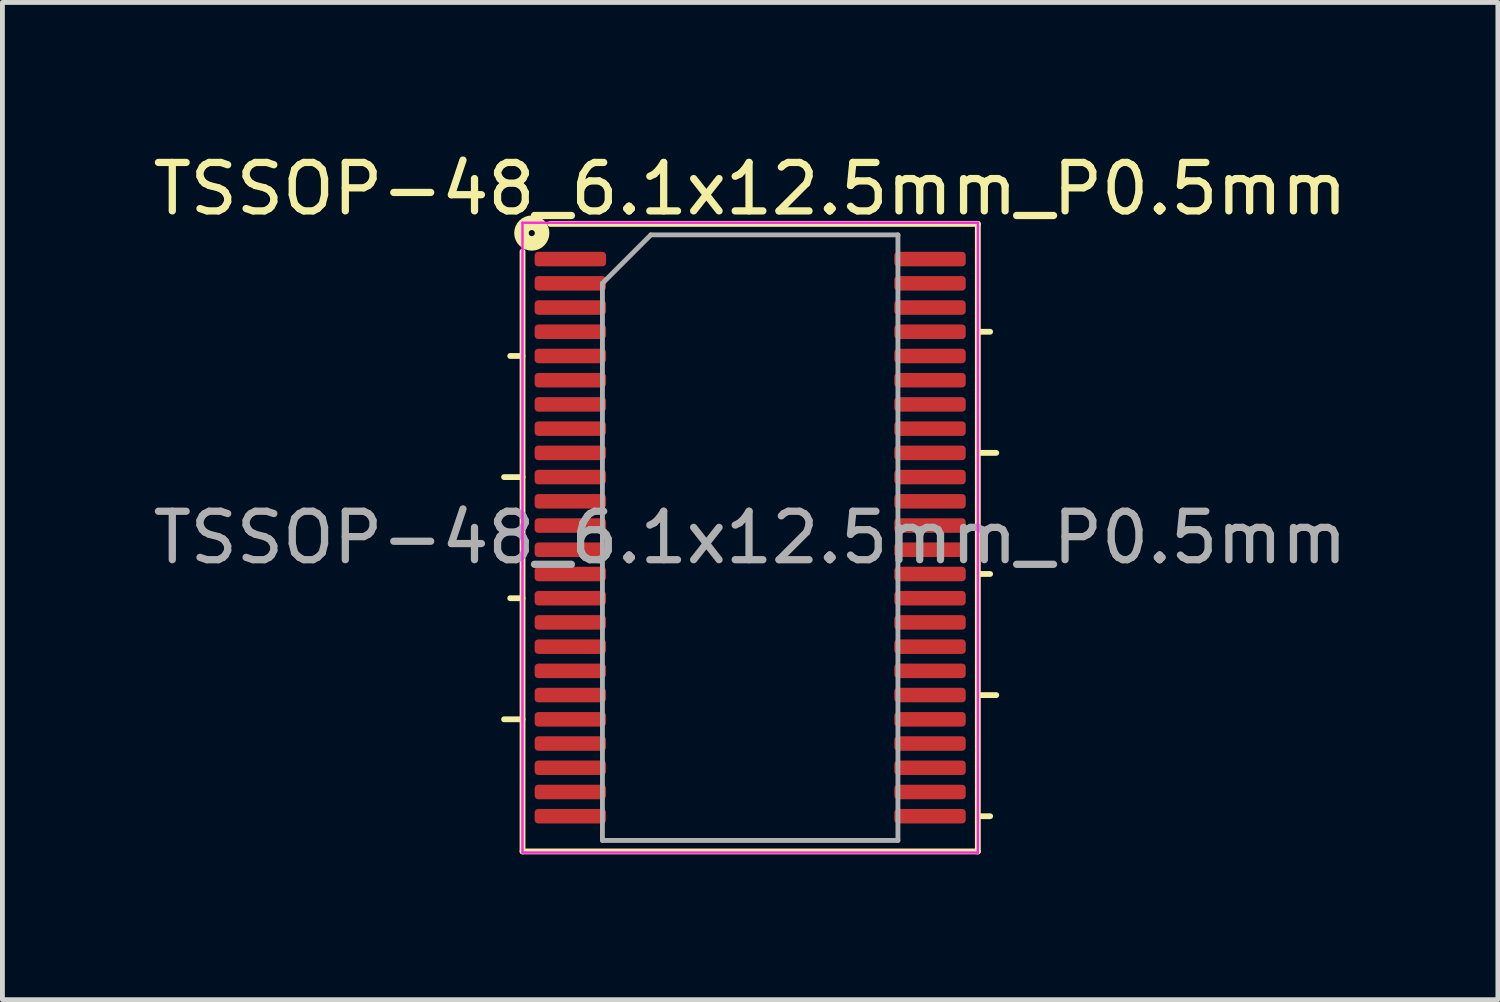
<source format=kicad_pcb>
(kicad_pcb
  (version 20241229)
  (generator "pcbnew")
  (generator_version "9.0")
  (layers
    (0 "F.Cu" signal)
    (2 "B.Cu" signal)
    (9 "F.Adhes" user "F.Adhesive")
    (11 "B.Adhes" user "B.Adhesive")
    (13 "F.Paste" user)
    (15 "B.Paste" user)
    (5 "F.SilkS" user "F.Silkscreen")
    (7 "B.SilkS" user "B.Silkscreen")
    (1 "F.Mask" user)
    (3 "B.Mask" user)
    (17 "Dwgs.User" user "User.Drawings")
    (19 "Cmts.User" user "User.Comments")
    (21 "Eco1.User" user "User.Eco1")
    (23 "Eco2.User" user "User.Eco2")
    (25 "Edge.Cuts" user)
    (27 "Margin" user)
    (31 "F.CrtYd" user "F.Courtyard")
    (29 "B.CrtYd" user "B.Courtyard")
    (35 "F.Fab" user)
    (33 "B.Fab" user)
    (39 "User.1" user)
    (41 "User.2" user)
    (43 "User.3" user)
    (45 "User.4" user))
  (footprint "TSSOP-48_6.1x12.5mm_P0.5mm"
    (layer "F.Cu")
    (at 12.435 8.048)
    (property "Reference" "TSSOP-48_6.1x12.5mm_P0.5mm" (at 0 -7.2 0) (layer "F.SilkS") (effects (font (size 1 1) (thickness 0.15))))
    (attr smd)
    (fp_line (start -4.699 -5.905) (end -4.699 6.477) (stroke (width 0.12) (type solid)) (layer "F.SilkS"))
    (fp_line (start -4.699 -3.75) (end -4.953 -3.75) (stroke (width 0.12) (type solid)) (layer "F.SilkS"))
    (fp_line (start -4.699 -1.25) (end -5.08 -1.25) (stroke (width 0.12) (type solid)) (layer "F.SilkS"))
    (fp_line (start -4.699 1.25) (end -4.953 1.25) (stroke (width 0.12) (type solid)) (layer "F.SilkS"))
    (fp_line (start -4.699 3.75) (end -5.08 3.75) (stroke (width 0.12) (type solid)) (layer "F.SilkS"))
    (fp_line (start -4.699 6.477) (end 4.699 6.477) (stroke (width 0.12) (type solid)) (layer "F.SilkS"))
    (fp_line (start 4.699 -6.477) (end -4.128 -6.477) (stroke (width 0.12) (type solid)) (layer "F.SilkS"))
    (fp_line (start 4.699 6.477) (end 4.699 -6.477) (stroke (width 0.12) (type solid)) (layer "F.SilkS"))
    (fp_line (start 4.953 -4.25) (end 4.699 -4.25) (stroke (width 0.12) (type solid)) (layer "F.SilkS"))
    (fp_line (start 4.953 0.75) (end 4.699 0.75) (stroke (width 0.12) (type solid)) (layer "F.SilkS"))
    (fp_line (start 4.953 5.75) (end 4.699 5.75) (stroke (width 0.12) (type solid)) (layer "F.SilkS"))
    (fp_line (start 5.08 -1.75) (end 4.699 -1.75) (stroke (width 0.12) (type solid)) (layer "F.SilkS"))
    (fp_line (start 5.08 3.25) (end 4.699 3.25) (stroke (width 0.12) (type solid)) (layer "F.SilkS"))
    (fp_circle (center -4.508 -6.287) (end -4.445 -6.287) (stroke (width 0.3) (type solid)) (fill no) (layer "F.SilkS"))
    (fp_line (start -4.7 -6.5) (end -4.7 6.5) (stroke (width 0.05) (type solid)) (layer "F.CrtYd"))
    (fp_line (start -4.7 6.5) (end 4.7 6.5) (stroke (width 0.05) (type solid)) (layer "F.CrtYd"))
    (fp_line (start 4.7 -6.5) (end -4.7 -6.5) (stroke (width 0.05) (type solid)) (layer "F.CrtYd"))
    (fp_line (start 4.7 6.5) (end 4.7 -6.5) (stroke (width 0.05) (type solid)) (layer "F.CrtYd"))
    (fp_line (start -3.05 -5.25) (end -2.05 -6.25) (stroke (width 0.1) (type solid)) (layer "F.Fab"))
    (fp_line (start -3.05 6.25) (end -3.05 -5.25) (stroke (width 0.1) (type solid)) (layer "F.Fab"))
    (fp_line (start -2.05 -6.25) (end 3.05 -6.25) (stroke (width 0.1) (type solid)) (layer "F.Fab"))
    (fp_line (start 3.05 -6.25) (end 3.05 6.25) (stroke (width 0.1) (type solid)) (layer "F.Fab"))
    (fp_line (start 3.05 6.25) (end -3.05 6.25) (stroke (width 0.1) (type solid)) (layer "F.Fab"))
    (fp_text user "${REFERENCE}" (at 0 0 0) (layer "F.Fab") (effects (font (size 1 1) (thickness 0.15))))
    (pad "1" smd roundrect (at -3.712 -5.75) (size 1.475 0.3) (layers "F.Cu" "F.Mask" "F.Paste") (roundrect_rratio 0.25))
    (pad "2" smd roundrect (at -3.712 -5.25) (size 1.475 0.3) (layers "F.Cu" "F.Mask" "F.Paste") (roundrect_rratio 0.25))
    (pad "3" smd roundrect (at -3.712 -4.75) (size 1.475 0.3) (layers "F.Cu" "F.Mask" "F.Paste") (roundrect_rratio 0.25))
    (pad "4" smd roundrect (at -3.712 -4.25) (size 1.475 0.3) (layers "F.Cu" "F.Mask" "F.Paste") (roundrect_rratio 0.25))
    (pad "5" smd roundrect (at -3.712 -3.75) (size 1.475 0.3) (layers "F.Cu" "F.Mask" "F.Paste") (roundrect_rratio 0.25))
    (pad "6" smd roundrect (at -3.712 -3.25) (size 1.475 0.3) (layers "F.Cu" "F.Mask" "F.Paste") (roundrect_rratio 0.25))
    (pad "7" smd roundrect (at -3.712 -2.75) (size 1.475 0.3) (layers "F.Cu" "F.Mask" "F.Paste") (roundrect_rratio 0.25))
    (pad "8" smd roundrect (at -3.712 -2.25) (size 1.475 0.3) (layers "F.Cu" "F.Mask" "F.Paste") (roundrect_rratio 0.25))
    (pad "9" smd roundrect (at -3.712 -1.75) (size 1.475 0.3) (layers "F.Cu" "F.Mask" "F.Paste") (roundrect_rratio 0.25))
    (pad "10" smd roundrect (at -3.712 -1.25) (size 1.475 0.3) (layers "F.Cu" "F.Mask" "F.Paste") (roundrect_rratio 0.25))
    (pad "11" smd roundrect (at -3.712 -0.75) (size 1.475 0.3) (layers "F.Cu" "F.Mask" "F.Paste") (roundrect_rratio 0.25))
    (pad "12" smd roundrect (at -3.712 -0.25) (size 1.475 0.3) (layers "F.Cu" "F.Mask" "F.Paste") (roundrect_rratio 0.25))
    (pad "13" smd roundrect (at -3.712 0.25) (size 1.475 0.3) (layers "F.Cu" "F.Mask" "F.Paste") (roundrect_rratio 0.25))
    (pad "14" smd roundrect (at -3.712 0.75) (size 1.475 0.3) (layers "F.Cu" "F.Mask" "F.Paste") (roundrect_rratio 0.25))
    (pad "15" smd roundrect (at -3.712 1.25) (size 1.475 0.3) (layers "F.Cu" "F.Mask" "F.Paste") (roundrect_rratio 0.25))
    (pad "16" smd roundrect (at -3.712 1.75) (size 1.475 0.3) (layers "F.Cu" "F.Mask" "F.Paste") (roundrect_rratio 0.25))
    (pad "17" smd roundrect (at -3.712 2.25) (size 1.475 0.3) (layers "F.Cu" "F.Mask" "F.Paste") (roundrect_rratio 0.25))
    (pad "18" smd roundrect (at -3.712 2.75) (size 1.475 0.3) (layers "F.Cu" "F.Mask" "F.Paste") (roundrect_rratio 0.25))
    (pad "19" smd roundrect (at -3.712 3.25) (size 1.475 0.3) (layers "F.Cu" "F.Mask" "F.Paste") (roundrect_rratio 0.25))
    (pad "20" smd roundrect (at -3.712 3.75) (size 1.475 0.3) (layers "F.Cu" "F.Mask" "F.Paste") (roundrect_rratio 0.25))
    (pad "21" smd roundrect (at -3.712 4.25) (size 1.475 0.3) (layers "F.Cu" "F.Mask" "F.Paste") (roundrect_rratio 0.25))
    (pad "22" smd roundrect (at -3.712 4.75) (size 1.475 0.3) (layers "F.Cu" "F.Mask" "F.Paste") (roundrect_rratio 0.25))
    (pad "23" smd roundrect (at -3.712 5.25) (size 1.475 0.3) (layers "F.Cu" "F.Mask" "F.Paste") (roundrect_rratio 0.25))
    (pad "24" smd roundrect (at -3.712 5.75) (size 1.475 0.3) (layers "F.Cu" "F.Mask" "F.Paste") (roundrect_rratio 0.25))
    (pad "25" smd roundrect (at 3.712 5.75) (size 1.475 0.3) (layers "F.Cu" "F.Mask" "F.Paste") (roundrect_rratio 0.25))
    (pad "26" smd roundrect (at 3.712 5.25) (size 1.475 0.3) (layers "F.Cu" "F.Mask" "F.Paste") (roundrect_rratio 0.25))
    (pad "27" smd roundrect (at 3.712 4.75) (size 1.475 0.3) (layers "F.Cu" "F.Mask" "F.Paste") (roundrect_rratio 0.25))
    (pad "28" smd roundrect (at 3.712 4.25) (size 1.475 0.3) (layers "F.Cu" "F.Mask" "F.Paste") (roundrect_rratio 0.25))
    (pad "29" smd roundrect (at 3.712 3.75) (size 1.475 0.3) (layers "F.Cu" "F.Mask" "F.Paste") (roundrect_rratio 0.25))
    (pad "30" smd roundrect (at 3.712 3.25) (size 1.475 0.3) (layers "F.Cu" "F.Mask" "F.Paste") (roundrect_rratio 0.25))
    (pad "31" smd roundrect (at 3.712 2.75) (size 1.475 0.3) (layers "F.Cu" "F.Mask" "F.Paste") (roundrect_rratio 0.25))
    (pad "32" smd roundrect (at 3.712 2.25) (size 1.475 0.3) (layers "F.Cu" "F.Mask" "F.Paste") (roundrect_rratio 0.25))
    (pad "33" smd roundrect (at 3.712 1.75) (size 1.475 0.3) (layers "F.Cu" "F.Mask" "F.Paste") (roundrect_rratio 0.25))
    (pad "34" smd roundrect (at 3.712 1.25) (size 1.475 0.3) (layers "F.Cu" "F.Mask" "F.Paste") (roundrect_rratio 0.25))
    (pad "35" smd roundrect (at 3.712 0.75) (size 1.475 0.3) (layers "F.Cu" "F.Mask" "F.Paste") (roundrect_rratio 0.25))
    (pad "36" smd roundrect (at 3.712 0.25) (size 1.475 0.3) (layers "F.Cu" "F.Mask" "F.Paste") (roundrect_rratio 0.25))
    (pad "37" smd roundrect (at 3.712 -0.25) (size 1.475 0.3) (layers "F.Cu" "F.Mask" "F.Paste") (roundrect_rratio 0.25))
    (pad "38" smd roundrect (at 3.712 -0.75) (size 1.475 0.3) (layers "F.Cu" "F.Mask" "F.Paste") (roundrect_rratio 0.25))
    (pad "39" smd roundrect (at 3.712 -1.25) (size 1.475 0.3) (layers "F.Cu" "F.Mask" "F.Paste") (roundrect_rratio 0.25))
    (pad "40" smd roundrect (at 3.712 -1.75) (size 1.475 0.3) (layers "F.Cu" "F.Mask" "F.Paste") (roundrect_rratio 0.25))
    (pad "41" smd roundrect (at 3.712 -2.25) (size 1.475 0.3) (layers "F.Cu" "F.Mask" "F.Paste") (roundrect_rratio 0.25))
    (pad "42" smd roundrect (at 3.712 -2.75) (size 1.475 0.3) (layers "F.Cu" "F.Mask" "F.Paste") (roundrect_rratio 0.25))
    (pad "43" smd roundrect (at 3.712 -3.25) (size 1.475 0.3) (layers "F.Cu" "F.Mask" "F.Paste") (roundrect_rratio 0.25))
    (pad "44" smd roundrect (at 3.712 -3.75) (size 1.475 0.3) (layers "F.Cu" "F.Mask" "F.Paste") (roundrect_rratio 0.25))
    (pad "45" smd roundrect (at 3.712 -4.25) (size 1.475 0.3) (layers "F.Cu" "F.Mask" "F.Paste") (roundrect_rratio 0.25))
    (pad "46" smd roundrect (at 3.712 -4.75) (size 1.475 0.3) (layers "F.Cu" "F.Mask" "F.Paste") (roundrect_rratio 0.25))
    (pad "47" smd roundrect (at 3.712 -5.25) (size 1.475 0.3) (layers "F.Cu" "F.Mask" "F.Paste") (roundrect_rratio 0.25))
    (pad "48" smd roundrect (at 3.712 -5.75) (size 1.475 0.3) (layers "F.Cu" "F.Mask" "F.Paste") (roundrect_rratio 0.25)))
  (gr_rect
    (start -3 -3)
    (end 27.869 17.585)
    (stroke (width 0.1) (type default))
    (fill no)
    (layer "Edge.Cuts")))
</source>
